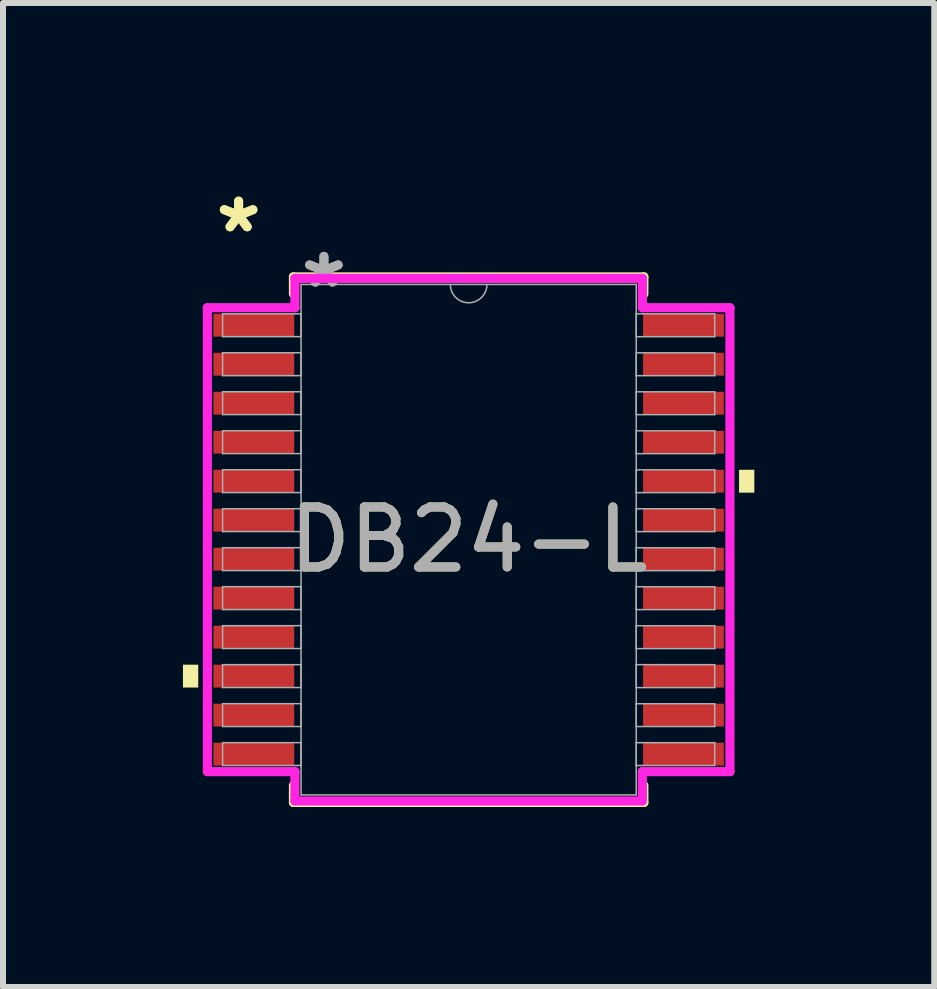
<source format=kicad_pcb>
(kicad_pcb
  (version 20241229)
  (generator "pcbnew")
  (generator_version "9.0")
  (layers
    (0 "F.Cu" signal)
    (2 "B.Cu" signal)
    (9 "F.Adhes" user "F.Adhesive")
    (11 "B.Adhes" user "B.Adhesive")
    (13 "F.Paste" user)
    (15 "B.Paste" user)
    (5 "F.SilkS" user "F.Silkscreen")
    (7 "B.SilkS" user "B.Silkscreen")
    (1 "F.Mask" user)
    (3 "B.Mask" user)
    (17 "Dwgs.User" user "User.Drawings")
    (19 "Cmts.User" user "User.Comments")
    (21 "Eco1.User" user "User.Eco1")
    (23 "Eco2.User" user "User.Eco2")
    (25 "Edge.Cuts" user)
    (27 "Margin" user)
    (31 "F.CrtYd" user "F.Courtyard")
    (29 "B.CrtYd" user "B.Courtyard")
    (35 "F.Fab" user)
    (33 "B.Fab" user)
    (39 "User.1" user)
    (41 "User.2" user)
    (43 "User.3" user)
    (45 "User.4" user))
  (footprint "DB24-L"
    (layer "F.Cu")
    (at 4.763 5.947)
    (property "Reference" "DB24-L" (at 0 0 0) (unlocked yes) (layer "F.SilkS") (effects (font (size 1 1) (thickness 0.15))))
    (attr smd)
    (fp_line (start -2.921 -4.381) (end -2.921 -4.098) (stroke (width 0.152) (type solid)) (layer "F.SilkS"))
    (fp_line (start -2.921 4.098) (end -2.921 4.381) (stroke (width 0.152) (type solid)) (layer "F.SilkS"))
    (fp_line (start -2.921 4.381) (end 2.921 4.381) (stroke (width 0.152) (type solid)) (layer "F.SilkS"))
    (fp_line (start 2.921 -4.381) (end -2.921 -4.381) (stroke (width 0.152) (type solid)) (layer "F.SilkS"))
    (fp_line (start 2.921 -4.098) (end 2.921 -4.381) (stroke (width 0.152) (type solid)) (layer "F.SilkS"))
    (fp_line (start 2.921 4.381) (end 2.921 4.098) (stroke (width 0.152) (type solid)) (layer "F.SilkS"))
    (fp_poly (pts (xy -4.763 2.084) (xy -4.763 2.465) (xy -4.508 2.465) (xy -4.508 2.084)) (stroke (width 0) (type solid)) (fill yes) (layer "F.SilkS"))
    (fp_poly (pts (xy 4.763 -1.165) (xy 4.763 -0.784) (xy 4.508 -0.784) (xy 4.508 -1.165)) (stroke (width 0) (type solid)) (fill yes) (layer "F.SilkS"))
    (fp_line (start -4.356 -3.867) (end -2.896 -3.867) (stroke (width 0.152) (type solid)) (layer "F.CrtYd"))
    (fp_line (start -4.356 3.867) (end -4.356 -3.867) (stroke (width 0.152) (type solid)) (layer "F.CrtYd"))
    (fp_line (start -4.356 3.867) (end -2.896 3.867) (stroke (width 0.152) (type solid)) (layer "F.CrtYd"))
    (fp_line (start -2.896 -4.356) (end 2.896 -4.356) (stroke (width 0.152) (type solid)) (layer "F.CrtYd"))
    (fp_line (start -2.896 -3.867) (end -2.896 -4.356) (stroke (width 0.152) (type solid)) (layer "F.CrtYd"))
    (fp_line (start -2.896 4.356) (end -2.896 3.867) (stroke (width 0.152) (type solid)) (layer "F.CrtYd"))
    (fp_line (start 2.896 -4.356) (end 2.896 -3.867) (stroke (width 0.152) (type solid)) (layer "F.CrtYd"))
    (fp_line (start 2.896 3.867) (end 2.896 4.356) (stroke (width 0.152) (type solid)) (layer "F.CrtYd"))
    (fp_line (start 2.896 4.356) (end -2.896 4.356) (stroke (width 0.152) (type solid)) (layer "F.CrtYd"))
    (fp_line (start 4.356 -3.867) (end 2.896 -3.867) (stroke (width 0.152) (type solid)) (layer "F.CrtYd"))
    (fp_line (start 4.356 -3.867) (end 4.356 3.867) (stroke (width 0.152) (type solid)) (layer "F.CrtYd"))
    (fp_line (start 4.356 3.867) (end 2.896 3.867) (stroke (width 0.152) (type solid)) (layer "F.CrtYd"))
    (fp_line (start -4.102 -3.765) (end -4.102 -3.385) (stroke (width 0.025) (type solid)) (layer "F.Fab"))
    (fp_line (start -4.102 -3.385) (end -2.794 -3.385) (stroke (width 0.025) (type solid)) (layer "F.Fab"))
    (fp_line (start -4.102 -3.116) (end -4.102 -2.735) (stroke (width 0.025) (type solid)) (layer "F.Fab"))
    (fp_line (start -4.102 -2.735) (end -2.794 -2.735) (stroke (width 0.025) (type solid)) (layer "F.Fab"))
    (fp_line (start -4.102 -2.466) (end -4.102 -2.085) (stroke (width 0.025) (type solid)) (layer "F.Fab"))
    (fp_line (start -4.102 -2.085) (end -2.794 -2.085) (stroke (width 0.025) (type solid)) (layer "F.Fab"))
    (fp_line (start -4.102 -1.816) (end -4.102 -1.435) (stroke (width 0.025) (type solid)) (layer "F.Fab"))
    (fp_line (start -4.102 -1.435) (end -2.794 -1.435) (stroke (width 0.025) (type solid)) (layer "F.Fab"))
    (fp_line (start -4.102 -1.166) (end -4.102 -0.785) (stroke (width 0.025) (type solid)) (layer "F.Fab"))
    (fp_line (start -4.102 -0.785) (end -2.794 -0.785) (stroke (width 0.025) (type solid)) (layer "F.Fab"))
    (fp_line (start -4.102 -0.516) (end -4.102 -0.135) (stroke (width 0.025) (type solid)) (layer "F.Fab"))
    (fp_line (start -4.102 -0.135) (end -2.794 -0.135) (stroke (width 0.025) (type solid)) (layer "F.Fab"))
    (fp_line (start -4.102 0.134) (end -4.102 0.515) (stroke (width 0.025) (type solid)) (layer "F.Fab"))
    (fp_line (start -4.102 0.515) (end -2.794 0.515) (stroke (width 0.025) (type solid)) (layer "F.Fab"))
    (fp_line (start -4.102 0.784) (end -4.102 1.165) (stroke (width 0.025) (type solid)) (layer "F.Fab"))
    (fp_line (start -4.102 1.165) (end -2.794 1.165) (stroke (width 0.025) (type solid)) (layer "F.Fab"))
    (fp_line (start -4.102 1.434) (end -4.102 1.815) (stroke (width 0.025) (type solid)) (layer "F.Fab"))
    (fp_line (start -4.102 1.815) (end -2.794 1.815) (stroke (width 0.025) (type solid)) (layer "F.Fab"))
    (fp_line (start -4.102 2.084) (end -4.102 2.465) (stroke (width 0.025) (type solid)) (layer "F.Fab"))
    (fp_line (start -4.102 2.465) (end -2.794 2.465) (stroke (width 0.025) (type solid)) (layer "F.Fab"))
    (fp_line (start -4.102 2.734) (end -4.102 3.115) (stroke (width 0.025) (type solid)) (layer "F.Fab"))
    (fp_line (start -4.102 3.115) (end -2.794 3.115) (stroke (width 0.025) (type solid)) (layer "F.Fab"))
    (fp_line (start -4.102 3.384) (end -4.102 3.765) (stroke (width 0.025) (type solid)) (layer "F.Fab"))
    (fp_line (start -4.102 3.765) (end -2.794 3.765) (stroke (width 0.025) (type solid)) (layer "F.Fab"))
    (fp_line (start -2.794 -4.255) (end -2.794 4.255) (stroke (width 0.025) (type solid)) (layer "F.Fab"))
    (fp_line (start -2.794 -3.765) (end -4.102 -3.765) (stroke (width 0.025) (type solid)) (layer "F.Fab"))
    (fp_line (start -2.794 -3.385) (end -2.794 -3.765) (stroke (width 0.025) (type solid)) (layer "F.Fab"))
    (fp_line (start -2.794 -3.116) (end -4.102 -3.116) (stroke (width 0.025) (type solid)) (layer "F.Fab"))
    (fp_line (start -2.794 -2.735) (end -2.794 -3.116) (stroke (width 0.025) (type solid)) (layer "F.Fab"))
    (fp_line (start -2.794 -2.466) (end -4.102 -2.466) (stroke (width 0.025) (type solid)) (layer "F.Fab"))
    (fp_line (start -2.794 -2.085) (end -2.794 -2.466) (stroke (width 0.025) (type solid)) (layer "F.Fab"))
    (fp_line (start -2.794 -1.816) (end -4.102 -1.816) (stroke (width 0.025) (type solid)) (layer "F.Fab"))
    (fp_line (start -2.794 -1.435) (end -2.794 -1.816) (stroke (width 0.025) (type solid)) (layer "F.Fab"))
    (fp_line (start -2.794 -1.166) (end -4.102 -1.166) (stroke (width 0.025) (type solid)) (layer "F.Fab"))
    (fp_line (start -2.794 -0.785) (end -2.794 -1.166) (stroke (width 0.025) (type solid)) (layer "F.Fab"))
    (fp_line (start -2.794 -0.516) (end -4.102 -0.516) (stroke (width 0.025) (type solid)) (layer "F.Fab"))
    (fp_line (start -2.794 -0.135) (end -2.794 -0.516) (stroke (width 0.025) (type solid)) (layer "F.Fab"))
    (fp_line (start -2.794 0.134) (end -4.102 0.134) (stroke (width 0.025) (type solid)) (layer "F.Fab"))
    (fp_line (start -2.794 0.515) (end -2.794 0.134) (stroke (width 0.025) (type solid)) (layer "F.Fab"))
    (fp_line (start -2.794 0.784) (end -4.102 0.784) (stroke (width 0.025) (type solid)) (layer "F.Fab"))
    (fp_line (start -2.794 1.165) (end -2.794 0.784) (stroke (width 0.025) (type solid)) (layer "F.Fab"))
    (fp_line (start -2.794 1.434) (end -4.102 1.434) (stroke (width 0.025) (type solid)) (layer "F.Fab"))
    (fp_line (start -2.794 1.815) (end -2.794 1.434) (stroke (width 0.025) (type solid)) (layer "F.Fab"))
    (fp_line (start -2.794 2.084) (end -4.102 2.084) (stroke (width 0.025) (type solid)) (layer "F.Fab"))
    (fp_line (start -2.794 2.465) (end -2.794 2.084) (stroke (width 0.025) (type solid)) (layer "F.Fab"))
    (fp_line (start -2.794 2.734) (end -4.102 2.734) (stroke (width 0.025) (type solid)) (layer "F.Fab"))
    (fp_line (start -2.794 3.115) (end -2.794 2.734) (stroke (width 0.025) (type solid)) (layer "F.Fab"))
    (fp_line (start -2.794 3.384) (end -4.102 3.384) (stroke (width 0.025) (type solid)) (layer "F.Fab"))
    (fp_line (start -2.794 3.765) (end -2.794 3.384) (stroke (width 0.025) (type solid)) (layer "F.Fab"))
    (fp_line (start -2.794 4.255) (end 2.794 4.255) (stroke (width 0.025) (type solid)) (layer "F.Fab"))
    (fp_line (start 2.794 -4.255) (end -2.794 -4.255) (stroke (width 0.025) (type solid)) (layer "F.Fab"))
    (fp_line (start 2.794 -3.765) (end 2.794 -3.384) (stroke (width 0.025) (type solid)) (layer "F.Fab"))
    (fp_line (start 2.794 -3.384) (end 4.102 -3.384) (stroke (width 0.025) (type solid)) (layer "F.Fab"))
    (fp_line (start 2.794 -3.115) (end 2.794 -2.734) (stroke (width 0.025) (type solid)) (layer "F.Fab"))
    (fp_line (start 2.794 -2.734) (end 4.102 -2.734) (stroke (width 0.025) (type solid)) (layer "F.Fab"))
    (fp_line (start 2.794 -2.465) (end 2.794 -2.084) (stroke (width 0.025) (type solid)) (layer "F.Fab"))
    (fp_line (start 2.794 -2.084) (end 4.102 -2.084) (stroke (width 0.025) (type solid)) (layer "F.Fab"))
    (fp_line (start 2.794 -1.815) (end 2.794 -1.434) (stroke (width 0.025) (type solid)) (layer "F.Fab"))
    (fp_line (start 2.794 -1.434) (end 4.102 -1.434) (stroke (width 0.025) (type solid)) (layer "F.Fab"))
    (fp_line (start 2.794 -1.165) (end 2.794 -0.784) (stroke (width 0.025) (type solid)) (layer "F.Fab"))
    (fp_line (start 2.794 -0.784) (end 4.102 -0.784) (stroke (width 0.025) (type solid)) (layer "F.Fab"))
    (fp_line (start 2.794 -0.515) (end 2.794 -0.134) (stroke (width 0.025) (type solid)) (layer "F.Fab"))
    (fp_line (start 2.794 -0.134) (end 4.102 -0.134) (stroke (width 0.025) (type solid)) (layer "F.Fab"))
    (fp_line (start 2.794 0.135) (end 2.794 0.516) (stroke (width 0.025) (type solid)) (layer "F.Fab"))
    (fp_line (start 2.794 0.516) (end 4.102 0.516) (stroke (width 0.025) (type solid)) (layer "F.Fab"))
    (fp_line (start 2.794 0.785) (end 2.794 1.166) (stroke (width 0.025) (type solid)) (layer "F.Fab"))
    (fp_line (start 2.794 1.166) (end 4.102 1.166) (stroke (width 0.025) (type solid)) (layer "F.Fab"))
    (fp_line (start 2.794 1.435) (end 2.794 1.816) (stroke (width 0.025) (type solid)) (layer "F.Fab"))
    (fp_line (start 2.794 1.816) (end 4.102 1.816) (stroke (width 0.025) (type solid)) (layer "F.Fab"))
    (fp_line (start 2.794 2.084) (end 2.794 2.466) (stroke (width 0.025) (type solid)) (layer "F.Fab"))
    (fp_line (start 2.794 2.466) (end 4.102 2.466) (stroke (width 0.025) (type solid)) (layer "F.Fab"))
    (fp_line (start 2.794 2.735) (end 2.794 3.115) (stroke (width 0.025) (type solid)) (layer "F.Fab"))
    (fp_line (start 2.794 3.115) (end 4.102 3.115) (stroke (width 0.025) (type solid)) (layer "F.Fab"))
    (fp_line (start 2.794 3.385) (end 2.794 3.765) (stroke (width 0.025) (type solid)) (layer "F.Fab"))
    (fp_line (start 2.794 3.765) (end 4.102 3.765) (stroke (width 0.025) (type solid)) (layer "F.Fab"))
    (fp_line (start 2.794 4.255) (end 2.794 -4.255) (stroke (width 0.025) (type solid)) (layer "F.Fab"))
    (fp_line (start 4.102 -3.765) (end 2.794 -3.765) (stroke (width 0.025) (type solid)) (layer "F.Fab"))
    (fp_line (start 4.102 -3.384) (end 4.102 -3.765) (stroke (width 0.025) (type solid)) (layer "F.Fab"))
    (fp_line (start 4.102 -3.115) (end 2.794 -3.115) (stroke (width 0.025) (type solid)) (layer "F.Fab"))
    (fp_line (start 4.102 -2.734) (end 4.102 -3.115) (stroke (width 0.025) (type solid)) (layer "F.Fab"))
    (fp_line (start 4.102 -2.465) (end 2.794 -2.465) (stroke (width 0.025) (type solid)) (layer "F.Fab"))
    (fp_line (start 4.102 -2.084) (end 4.102 -2.465) (stroke (width 0.025) (type solid)) (layer "F.Fab"))
    (fp_line (start 4.102 -1.815) (end 2.794 -1.815) (stroke (width 0.025) (type solid)) (layer "F.Fab"))
    (fp_line (start 4.102 -1.434) (end 4.102 -1.815) (stroke (width 0.025) (type solid)) (layer "F.Fab"))
    (fp_line (start 4.102 -1.165) (end 2.794 -1.165) (stroke (width 0.025) (type solid)) (layer "F.Fab"))
    (fp_line (start 4.102 -0.784) (end 4.102 -1.165) (stroke (width 0.025) (type solid)) (layer "F.Fab"))
    (fp_line (start 4.102 -0.515) (end 2.794 -0.515) (stroke (width 0.025) (type solid)) (layer "F.Fab"))
    (fp_line (start 4.102 -0.134) (end 4.102 -0.515) (stroke (width 0.025) (type solid)) (layer "F.Fab"))
    (fp_line (start 4.102 0.135) (end 2.794 0.135) (stroke (width 0.025) (type solid)) (layer "F.Fab"))
    (fp_line (start 4.102 0.516) (end 4.102 0.135) (stroke (width 0.025) (type solid)) (layer "F.Fab"))
    (fp_line (start 4.102 0.785) (end 2.794 0.785) (stroke (width 0.025) (type solid)) (layer "F.Fab"))
    (fp_line (start 4.102 1.166) (end 4.102 0.785) (stroke (width 0.025) (type solid)) (layer "F.Fab"))
    (fp_line (start 4.102 1.435) (end 2.794 1.435) (stroke (width 0.025) (type solid)) (layer "F.Fab"))
    (fp_line (start 4.102 1.816) (end 4.102 1.435) (stroke (width 0.025) (type solid)) (layer "F.Fab"))
    (fp_line (start 4.102 2.084) (end 2.794 2.084) (stroke (width 0.025) (type solid)) (layer "F.Fab"))
    (fp_line (start 4.102 2.466) (end 4.102 2.084) (stroke (width 0.025) (type solid)) (layer "F.Fab"))
    (fp_line (start 4.102 2.735) (end 2.794 2.735) (stroke (width 0.025) (type solid)) (layer "F.Fab"))
    (fp_line (start 4.102 3.115) (end 4.102 2.735) (stroke (width 0.025) (type solid)) (layer "F.Fab"))
    (fp_line (start 4.102 3.385) (end 2.794 3.385) (stroke (width 0.025) (type solid)) (layer "F.Fab"))
    (fp_line (start 4.102 3.765) (end 4.102 3.385) (stroke (width 0.025) (type solid)) (layer "F.Fab"))
    (fp_arc (start 0.3048 -4.2545) (mid 0 -3.9497) (end -0.3048 -4.2545) (stroke (width 0.0254) (type solid)) (layer "F.Fab"))
    (fp_text user "*" (at -3.835 -5.099 0) (layer "F.SilkS") (effects (font (size 1 1) (thickness 0.15))))
    (fp_text user "*" (at -3.835 -5.099 0) (unlocked yes) (layer "F.SilkS") (effects (font (size 1 1) (thickness 0.15))))
    (fp_text user "*" (at -2.413 -4.178 0) (layer "F.Fab") (effects (font (size 1 1) (thickness 0.15))))
    (fp_text user "*" (at -2.413 -4.178 0) (unlocked yes) (layer "F.Fab") (effects (font (size 1 1) (thickness 0.15))))
    (fp_text user "${REFERENCE}" (at 0 0 0) (unlocked yes) (layer "F.Fab") (effects (font (size 1 1) (thickness 0.15))))
    (pad "1" smd rect (at -3.581 -3.575) (size 1.346 0.381) (layers "F.Cu" "F.Mask" "F.Paste"))
    (pad "2" smd rect (at -3.581 -2.925) (size 1.346 0.381) (layers "F.Cu" "F.Mask" "F.Paste"))
    (pad "3" smd rect (at -3.581 -2.275) (size 1.346 0.381) (layers "F.Cu" "F.Mask" "F.Paste"))
    (pad "4" smd rect (at -3.581 -1.625) (size 1.346 0.381) (layers "F.Cu" "F.Mask" "F.Paste"))
    (pad "5" smd rect (at -3.581 -0.975) (size 1.346 0.381) (layers "F.Cu" "F.Mask" "F.Paste"))
    (pad "6" smd rect (at -3.581 -0.325) (size 1.346 0.381) (layers "F.Cu" "F.Mask" "F.Paste"))
    (pad "7" smd rect (at -3.581 0.325) (size 1.346 0.381) (layers "F.Cu" "F.Mask" "F.Paste"))
    (pad "8" smd rect (at -3.581 0.975) (size 1.346 0.381) (layers "F.Cu" "F.Mask" "F.Paste"))
    (pad "9" smd rect (at -3.581 1.625) (size 1.346 0.381) (layers "F.Cu" "F.Mask" "F.Paste"))
    (pad "10" smd rect (at -3.581 2.275) (size 1.346 0.381) (layers "F.Cu" "F.Mask" "F.Paste"))
    (pad "11" smd rect (at -3.581 2.925) (size 1.346 0.381) (layers "F.Cu" "F.Mask" "F.Paste"))
    (pad "12" smd rect (at -3.581 3.575) (size 1.346 0.381) (layers "F.Cu" "F.Mask" "F.Paste"))
    (pad "13" smd rect (at 3.581 3.575) (size 1.346 0.381) (layers "F.Cu" "F.Mask" "F.Paste"))
    (pad "14" smd rect (at 3.581 2.925) (size 1.346 0.381) (layers "F.Cu" "F.Mask" "F.Paste"))
    (pad "15" smd rect (at 3.581 2.275) (size 1.346 0.381) (layers "F.Cu" "F.Mask" "F.Paste"))
    (pad "16" smd rect (at 3.581 1.625) (size 1.346 0.381) (layers "F.Cu" "F.Mask" "F.Paste"))
    (pad "17" smd rect (at 3.581 0.975) (size 1.346 0.381) (layers "F.Cu" "F.Mask" "F.Paste"))
    (pad "18" smd rect (at 3.581 0.325) (size 1.346 0.381) (layers "F.Cu" "F.Mask" "F.Paste"))
    (pad "19" smd rect (at 3.581 -0.325) (size 1.346 0.381) (layers "F.Cu" "F.Mask" "F.Paste"))
    (pad "20" smd rect (at 3.581 -0.975) (size 1.346 0.381) (layers "F.Cu" "F.Mask" "F.Paste"))
    (pad "21" smd rect (at 3.581 -1.625) (size 1.346 0.381) (layers "F.Cu" "F.Mask" "F.Paste"))
    (pad "22" smd rect (at 3.581 -2.275) (size 1.346 0.381) (layers "F.Cu" "F.Mask" "F.Paste"))
    (pad "23" smd rect (at 3.581 -2.925) (size 1.346 0.381) (layers "F.Cu" "F.Mask" "F.Paste"))
    (pad "24" smd rect (at 3.581 -3.575) (size 1.346 0.381) (layers "F.Cu" "F.Mask" "F.Paste")))
  (gr_rect
    (start -3 -3)
    (end 12.525 13.405)
    (stroke (width 0.1) (type default))
    (fill no)
    (layer "Edge.Cuts")))
</source>
